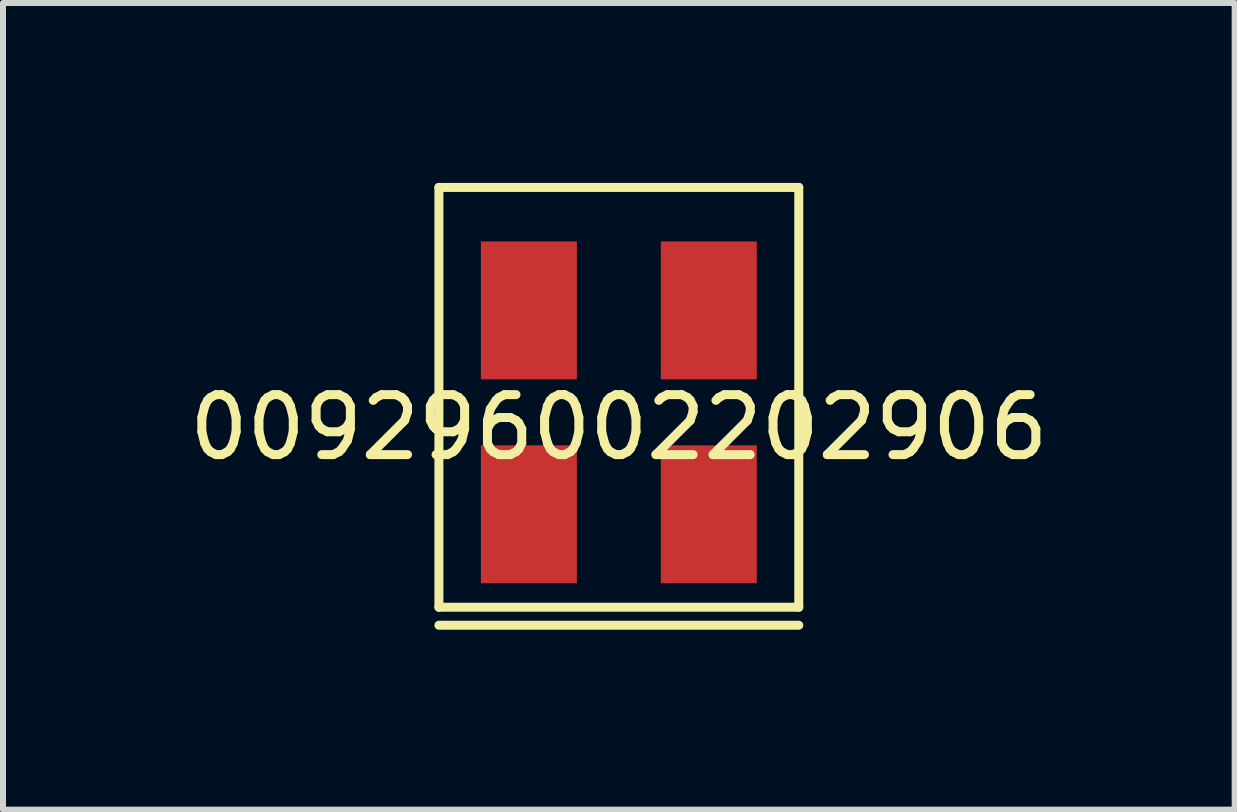
<source format=kicad_pcb>
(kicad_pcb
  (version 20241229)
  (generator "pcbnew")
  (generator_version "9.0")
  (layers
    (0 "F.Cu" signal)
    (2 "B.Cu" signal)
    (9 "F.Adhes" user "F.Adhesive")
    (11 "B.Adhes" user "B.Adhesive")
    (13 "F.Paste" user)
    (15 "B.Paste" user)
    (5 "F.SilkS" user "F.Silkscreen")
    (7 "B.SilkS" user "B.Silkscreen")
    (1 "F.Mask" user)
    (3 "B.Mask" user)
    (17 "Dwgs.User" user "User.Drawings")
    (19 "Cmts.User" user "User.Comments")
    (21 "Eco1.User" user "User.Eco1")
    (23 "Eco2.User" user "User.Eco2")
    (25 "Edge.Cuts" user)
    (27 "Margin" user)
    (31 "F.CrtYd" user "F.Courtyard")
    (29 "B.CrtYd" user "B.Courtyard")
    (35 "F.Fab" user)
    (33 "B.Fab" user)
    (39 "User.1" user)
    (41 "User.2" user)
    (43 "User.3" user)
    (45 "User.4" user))
  (footprint "009296002202906"
    (layer "F.Cu")
    (at 7.268 3.575)
    (property "Reference" "009296002202906" (at 0 0.5 0) (layer "F.SilkS") (effects (font (size 1 1) (thickness 0.15))))
    (attr through_hole)
    (fp_line (start -3 -3.5) (end 3 -3.5) (stroke (width 0.15) (type solid)) (layer "F.SilkS"))
    (fp_line (start -3 3.5) (end -3 -3.5) (stroke (width 0.15) (type solid)) (layer "F.SilkS"))
    (fp_line (start -3 3.8) (end 3 3.8) (stroke (width 0.15) (type solid)) (layer "F.SilkS"))
    (fp_line (start 3 -3.5) (end 3 3.5) (stroke (width 0.15) (type solid)) (layer "F.SilkS"))
    (fp_line (start 3 3.5) (end -3 3.5) (stroke (width 0.15) (type solid)) (layer "F.SilkS"))
    (pad "1" smd rect (at -1.5 -1.45) (size 1.6 2.3) (layers "F.Cu" "F.Mask" "F.Paste"))
    (pad "1" smd rect (at -1.5 1.95) (size 1.6 2.3) (layers "F.Cu" "F.Mask" "F.Paste"))
    (pad "2" smd rect (at 1.5 -1.45) (size 1.6 2.3) (layers "F.Cu" "F.Mask" "F.Paste"))
    (pad "2" smd rect (at 1.5 1.95) (size 1.6 2.3) (layers "F.Cu" "F.Mask" "F.Paste")))
  (gr_rect
    (start -3 -3)
    (end 17.536 10.45)
    (stroke (width 0.1) (type default))
    (fill no)
    (layer "Edge.Cuts")))
</source>
